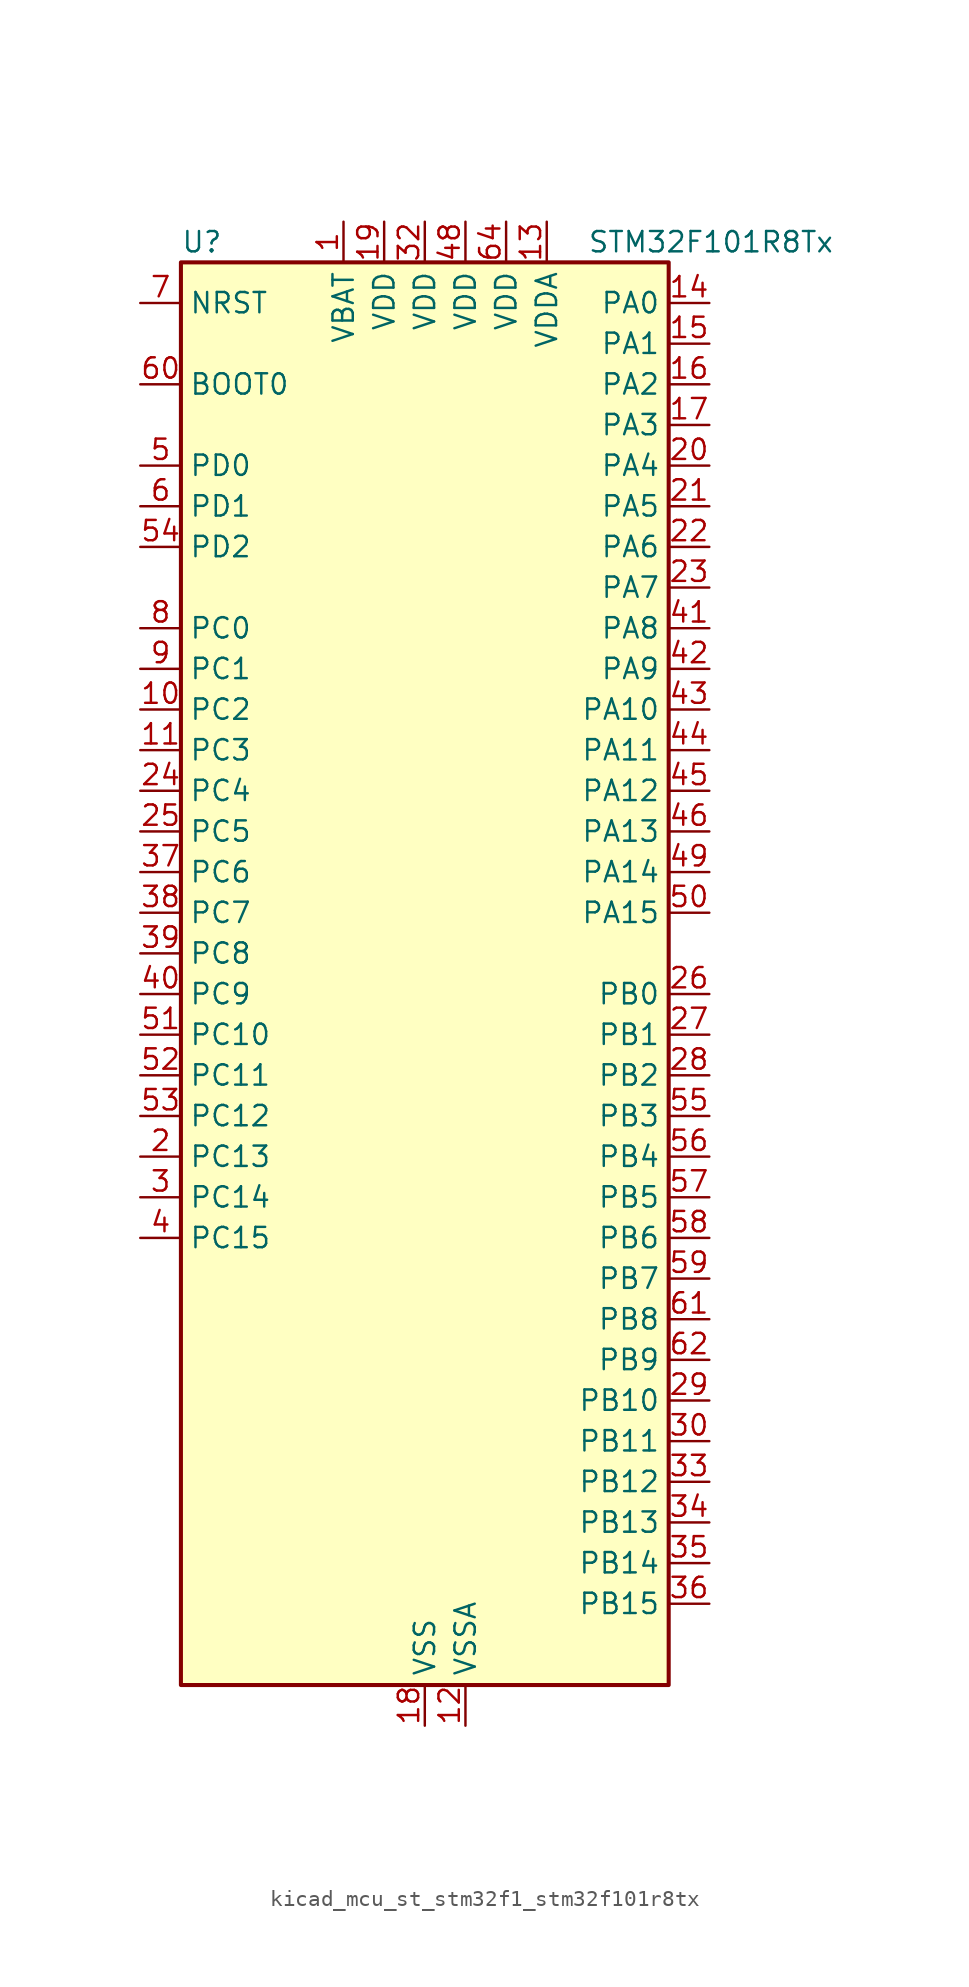
<source format=kicad_sym>
(kicad_symbol_lib
  (version 20220914)
  (generator kicad_symbol_editor)
  (symbol "kicad_mcu_st_stm32f1_stm32f101r8tx"
    (property "Reference" "U"
      (at -15.24 46.99 0)
      (effects (font (size 1.27 1.27)) (justify left)))
    (property "Value" "STM32F101R8Tx"
      (at 10.16 46.99 0)
      (effects (font (size 1.27 1.27)) (justify left)))
    (property "ki_locked" ""
      (at 0 0 0)
      (effects (font (size 1.27 1.27))))
    (symbol "kicad_mcu_st_stm32f1_stm32f101r8tx_0_1"
      (rectangle (start -15.24 -43.18) (end 15.24 45.72) (stroke (width 0.254) (type default)) (fill (type background))))
    (symbol "kicad_mcu_st_stm32f1_stm32f101r8tx_1_1"
      (pin power_in line (at -5.08 48.26 270) (length 2.54) (name "VBAT" (effects (font (size 1.27 1.27)))) (number "1" (effects (font (size 1.27 1.27)))))
      (pin bidirectional line (at -17.78 17.78 0) (length 2.54) (name "PC2" (effects (font (size 1.27 1.27)))) (number "10" (effects (font (size 1.27 1.27)))) (alternate "ADC1_IN12" bidirectional line))
      (pin bidirectional line (at -17.78 15.24 0) (length 2.54) (name "PC3" (effects (font (size 1.27 1.27)))) (number "11" (effects (font (size 1.27 1.27)))) (alternate "ADC1_IN13" bidirectional line))
      (pin power_in line (at 2.54 -45.72 90) (length 2.54) (name "VSSA" (effects (font (size 1.27 1.27)))) (number "12" (effects (font (size 1.27 1.27)))))
      (pin power_in line (at 7.62 48.26 270) (length 2.54) (name "VDDA" (effects (font (size 1.27 1.27)))) (number "13" (effects (font (size 1.27 1.27)))))
      (pin bidirectional line (at 17.78 43.18 180) (length 2.54) (name "PA0" (effects (font (size 1.27 1.27)))) (number "14" (effects (font (size 1.27 1.27)))) (alternate "ADC1_IN0" bidirectional line) (alternate "SYS_WKUP" bidirectional line) (alternate "TIM2_CH1" bidirectional line) (alternate "TIM2_ETR" bidirectional line) (alternate "USART2_CTS" bidirectional line))
      (pin bidirectional line (at 17.78 40.64 180) (length 2.54) (name "PA1" (effects (font (size 1.27 1.27)))) (number "15" (effects (font (size 1.27 1.27)))) (alternate "ADC1_IN1" bidirectional line) (alternate "TIM2_CH2" bidirectional line) (alternate "USART2_RTS" bidirectional line))
      (pin bidirectional line (at 17.78 38.1 180) (length 2.54) (name "PA2" (effects (font (size 1.27 1.27)))) (number "16" (effects (font (size 1.27 1.27)))) (alternate "ADC1_IN2" bidirectional line) (alternate "TIM2_CH3" bidirectional line) (alternate "USART2_TX" bidirectional line))
      (pin bidirectional line (at 17.78 35.56 180) (length 2.54) (name "PA3" (effects (font (size 1.27 1.27)))) (number "17" (effects (font (size 1.27 1.27)))) (alternate "ADC1_IN3" bidirectional line) (alternate "TIM2_CH4" bidirectional line) (alternate "USART2_RX" bidirectional line))
      (pin power_in line (at 0 -45.72 90) (length 2.54) (name "VSS" (effects (font (size 1.27 1.27)))) (number "18" (effects (font (size 1.27 1.27)))))
      (pin power_in line (at -2.54 48.26 270) (length 2.54) (name "VDD" (effects (font (size 1.27 1.27)))) (number "19" (effects (font (size 1.27 1.27)))))
      (pin bidirectional line (at -17.78 -10.16 0) (length 2.54) (name "PC13" (effects (font (size 1.27 1.27)))) (number "2" (effects (font (size 1.27 1.27)))) (alternate "RTC_OUT" bidirectional line) (alternate "RTC_TAMPER" bidirectional line))
      (pin bidirectional line (at 17.78 33.02 180) (length 2.54) (name "PA4" (effects (font (size 1.27 1.27)))) (number "20" (effects (font (size 1.27 1.27)))) (alternate "ADC1_IN4" bidirectional line) (alternate "SPI1_NSS" bidirectional line) (alternate "USART2_CK" bidirectional line))
      (pin bidirectional line (at 17.78 30.48 180) (length 2.54) (name "PA5" (effects (font (size 1.27 1.27)))) (number "21" (effects (font (size 1.27 1.27)))) (alternate "ADC1_IN5" bidirectional line) (alternate "SPI1_SCK" bidirectional line))
      (pin bidirectional line (at 17.78 27.94 180) (length 2.54) (name "PA6" (effects (font (size 1.27 1.27)))) (number "22" (effects (font (size 1.27 1.27)))) (alternate "ADC1_IN6" bidirectional line) (alternate "SPI1_MISO" bidirectional line) (alternate "TIM3_CH1" bidirectional line))
      (pin bidirectional line (at 17.78 25.4 180) (length 2.54) (name "PA7" (effects (font (size 1.27 1.27)))) (number "23" (effects (font (size 1.27 1.27)))) (alternate "ADC1_IN7" bidirectional line) (alternate "SPI1_MOSI" bidirectional line) (alternate "TIM3_CH2" bidirectional line))
      (pin bidirectional line (at -17.78 12.7 0) (length 2.54) (name "PC4" (effects (font (size 1.27 1.27)))) (number "24" (effects (font (size 1.27 1.27)))) (alternate "ADC1_IN14" bidirectional line))
      (pin bidirectional line (at -17.78 10.16 0) (length 2.54) (name "PC5" (effects (font (size 1.27 1.27)))) (number "25" (effects (font (size 1.27 1.27)))) (alternate "ADC1_IN15" bidirectional line))
      (pin bidirectional line (at 17.78 0 180) (length 2.54) (name "PB0" (effects (font (size 1.27 1.27)))) (number "26" (effects (font (size 1.27 1.27)))) (alternate "ADC1_IN8" bidirectional line) (alternate "TIM3_CH3" bidirectional line))
      (pin bidirectional line (at 17.78 -2.54 180) (length 2.54) (name "PB1" (effects (font (size 1.27 1.27)))) (number "27" (effects (font (size 1.27 1.27)))) (alternate "ADC1_IN9" bidirectional line) (alternate "TIM3_CH4" bidirectional line))
      (pin bidirectional line (at 17.78 -5.08 180) (length 2.54) (name "PB2" (effects (font (size 1.27 1.27)))) (number "28" (effects (font (size 1.27 1.27)))))
      (pin bidirectional line (at 17.78 -25.4 180) (length 2.54) (name "PB10" (effects (font (size 1.27 1.27)))) (number "29" (effects (font (size 1.27 1.27)))) (alternate "I2C2_SCL" bidirectional line) (alternate "TIM2_CH3" bidirectional line) (alternate "USART3_TX" bidirectional line))
      (pin bidirectional line (at -17.78 -12.7 0) (length 2.54) (name "PC14" (effects (font (size 1.27 1.27)))) (number "3" (effects (font (size 1.27 1.27)))) (alternate "RCC_OSC32_IN" bidirectional line))
      (pin bidirectional line (at 17.78 -27.94 180) (length 2.54) (name "PB11" (effects (font (size 1.27 1.27)))) (number "30" (effects (font (size 1.27 1.27)))) (alternate "ADC1_EXTI11" bidirectional line) (alternate "I2C2_SDA" bidirectional line) (alternate "TIM2_CH4" bidirectional line) (alternate "USART3_RX" bidirectional line))
      (pin passive line (at 0 -45.72 90) (length 2.54) hide (name "VSS" (effects (font (size 1.27 1.27)))) (number "31" (effects (font (size 1.27 1.27)))))
      (pin power_in line (at 0 48.26 270) (length 2.54) (name "VDD" (effects (font (size 1.27 1.27)))) (number "32" (effects (font (size 1.27 1.27)))))
      (pin bidirectional line (at 17.78 -30.48 180) (length 2.54) (name "PB12" (effects (font (size 1.27 1.27)))) (number "33" (effects (font (size 1.27 1.27)))) (alternate "I2C2_SMBA" bidirectional line) (alternate "SPI2_NSS" bidirectional line) (alternate "USART3_CK" bidirectional line))
      (pin bidirectional line (at 17.78 -33.02 180) (length 2.54) (name "PB13" (effects (font (size 1.27 1.27)))) (number "34" (effects (font (size 1.27 1.27)))) (alternate "SPI2_SCK" bidirectional line) (alternate "USART3_CTS" bidirectional line))
      (pin bidirectional line (at 17.78 -35.56 180) (length 2.54) (name "PB14" (effects (font (size 1.27 1.27)))) (number "35" (effects (font (size 1.27 1.27)))) (alternate "SPI2_MISO" bidirectional line) (alternate "USART3_RTS" bidirectional line))
      (pin bidirectional line (at 17.78 -38.1 180) (length 2.54) (name "PB15" (effects (font (size 1.27 1.27)))) (number "36" (effects (font (size 1.27 1.27)))) (alternate "ADC1_EXTI15" bidirectional line) (alternate "SPI2_MOSI" bidirectional line))
      (pin bidirectional line (at -17.78 7.62 0) (length 2.54) (name "PC6" (effects (font (size 1.27 1.27)))) (number "37" (effects (font (size 1.27 1.27)))) (alternate "TIM3_CH1" bidirectional line))
      (pin bidirectional line (at -17.78 5.08 0) (length 2.54) (name "PC7" (effects (font (size 1.27 1.27)))) (number "38" (effects (font (size 1.27 1.27)))) (alternate "TIM3_CH2" bidirectional line))
      (pin bidirectional line (at -17.78 2.54 0) (length 2.54) (name "PC8" (effects (font (size 1.27 1.27)))) (number "39" (effects (font (size 1.27 1.27)))) (alternate "TIM3_CH3" bidirectional line))
      (pin bidirectional line (at -17.78 -15.24 0) (length 2.54) (name "PC15" (effects (font (size 1.27 1.27)))) (number "4" (effects (font (size 1.27 1.27)))) (alternate "ADC1_EXTI15" bidirectional line) (alternate "RCC_OSC32_OUT" bidirectional line))
      (pin bidirectional line (at -17.78 0 0) (length 2.54) (name "PC9" (effects (font (size 1.27 1.27)))) (number "40" (effects (font (size 1.27 1.27)))) (alternate "TIM3_CH4" bidirectional line))
      (pin bidirectional line (at 17.78 22.86 180) (length 2.54) (name "PA8" (effects (font (size 1.27 1.27)))) (number "41" (effects (font (size 1.27 1.27)))) (alternate "RCC_MCO" bidirectional line) (alternate "USART1_CK" bidirectional line))
      (pin bidirectional line (at 17.78 20.32 180) (length 2.54) (name "PA9" (effects (font (size 1.27 1.27)))) (number "42" (effects (font (size 1.27 1.27)))) (alternate "USART1_TX" bidirectional line))
      (pin bidirectional line (at 17.78 17.78 180) (length 2.54) (name "PA10" (effects (font (size 1.27 1.27)))) (number "43" (effects (font (size 1.27 1.27)))) (alternate "USART1_RX" bidirectional line))
      (pin bidirectional line (at 17.78 15.24 180) (length 2.54) (name "PA11" (effects (font (size 1.27 1.27)))) (number "44" (effects (font (size 1.27 1.27)))) (alternate "ADC1_EXTI11" bidirectional line) (alternate "USART1_CTS" bidirectional line))
      (pin bidirectional line (at 17.78 12.7 180) (length 2.54) (name "PA12" (effects (font (size 1.27 1.27)))) (number "45" (effects (font (size 1.27 1.27)))) (alternate "USART1_RTS" bidirectional line))
      (pin bidirectional line (at 17.78 10.16 180) (length 2.54) (name "PA13" (effects (font (size 1.27 1.27)))) (number "46" (effects (font (size 1.27 1.27)))) (alternate "SYS_JTMS-SWDIO" bidirectional line))
      (pin passive line (at 0 -45.72 90) (length 2.54) hide (name "VSS" (effects (font (size 1.27 1.27)))) (number "47" (effects (font (size 1.27 1.27)))))
      (pin power_in line (at 2.54 48.26 270) (length 2.54) (name "VDD" (effects (font (size 1.27 1.27)))) (number "48" (effects (font (size 1.27 1.27)))))
      (pin bidirectional line (at 17.78 7.62 180) (length 2.54) (name "PA14" (effects (font (size 1.27 1.27)))) (number "49" (effects (font (size 1.27 1.27)))) (alternate "SYS_JTCK-SWCLK" bidirectional line))
      (pin bidirectional line (at -17.78 33.02 0) (length 2.54) (name "PD0" (effects (font (size 1.27 1.27)))) (number "5" (effects (font (size 1.27 1.27)))) (alternate "RCC_OSC_IN" bidirectional line))
      (pin bidirectional line (at 17.78 5.08 180) (length 2.54) (name "PA15" (effects (font (size 1.27 1.27)))) (number "50" (effects (font (size 1.27 1.27)))) (alternate "ADC1_EXTI15" bidirectional line) (alternate "SPI1_NSS" bidirectional line) (alternate "SYS_JTDI" bidirectional line) (alternate "TIM2_CH1" bidirectional line) (alternate "TIM2_ETR" bidirectional line))
      (pin bidirectional line (at -17.78 -2.54 0) (length 2.54) (name "PC10" (effects (font (size 1.27 1.27)))) (number "51" (effects (font (size 1.27 1.27)))) (alternate "USART3_TX" bidirectional line))
      (pin bidirectional line (at -17.78 -5.08 0) (length 2.54) (name "PC11" (effects (font (size 1.27 1.27)))) (number "52" (effects (font (size 1.27 1.27)))) (alternate "ADC1_EXTI11" bidirectional line) (alternate "USART3_RX" bidirectional line))
      (pin bidirectional line (at -17.78 -7.62 0) (length 2.54) (name "PC12" (effects (font (size 1.27 1.27)))) (number "53" (effects (font (size 1.27 1.27)))) (alternate "USART3_CK" bidirectional line))
      (pin bidirectional line (at -17.78 27.94 0) (length 2.54) (name "PD2" (effects (font (size 1.27 1.27)))) (number "54" (effects (font (size 1.27 1.27)))) (alternate "TIM3_ETR" bidirectional line))
      (pin bidirectional line (at 17.78 -7.62 180) (length 2.54) (name "PB3" (effects (font (size 1.27 1.27)))) (number "55" (effects (font (size 1.27 1.27)))) (alternate "SPI1_SCK" bidirectional line) (alternate "SYS_JTDO-TRACESWO" bidirectional line) (alternate "TIM2_CH2" bidirectional line))
      (pin bidirectional line (at 17.78 -10.16 180) (length 2.54) (name "PB4" (effects (font (size 1.27 1.27)))) (number "56" (effects (font (size 1.27 1.27)))) (alternate "SPI1_MISO" bidirectional line) (alternate "SYS_NJTRST" bidirectional line) (alternate "TIM3_CH1" bidirectional line))
      (pin bidirectional line (at 17.78 -12.7 180) (length 2.54) (name "PB5" (effects (font (size 1.27 1.27)))) (number "57" (effects (font (size 1.27 1.27)))) (alternate "I2C1_SMBA" bidirectional line) (alternate "SPI1_MOSI" bidirectional line) (alternate "TIM3_CH2" bidirectional line))
      (pin bidirectional line (at 17.78 -15.24 180) (length 2.54) (name "PB6" (effects (font (size 1.27 1.27)))) (number "58" (effects (font (size 1.27 1.27)))) (alternate "I2C1_SCL" bidirectional line) (alternate "TIM4_CH1" bidirectional line) (alternate "USART1_TX" bidirectional line))
      (pin bidirectional line (at 17.78 -17.78 180) (length 2.54) (name "PB7" (effects (font (size 1.27 1.27)))) (number "59" (effects (font (size 1.27 1.27)))) (alternate "I2C1_SDA" bidirectional line) (alternate "TIM4_CH2" bidirectional line) (alternate "USART1_RX" bidirectional line))
      (pin bidirectional line (at -17.78 30.48 0) (length 2.54) (name "PD1" (effects (font (size 1.27 1.27)))) (number "6" (effects (font (size 1.27 1.27)))) (alternate "RCC_OSC_OUT" bidirectional line))
      (pin input line (at -17.78 38.1 0) (length 2.54) (name "BOOT0" (effects (font (size 1.27 1.27)))) (number "60" (effects (font (size 1.27 1.27)))))
      (pin bidirectional line (at 17.78 -20.32 180) (length 2.54) (name "PB8" (effects (font (size 1.27 1.27)))) (number "61" (effects (font (size 1.27 1.27)))) (alternate "I2C1_SCL" bidirectional line) (alternate "TIM4_CH3" bidirectional line))
      (pin bidirectional line (at 17.78 -22.86 180) (length 2.54) (name "PB9" (effects (font (size 1.27 1.27)))) (number "62" (effects (font (size 1.27 1.27)))) (alternate "I2C1_SDA" bidirectional line) (alternate "TIM4_CH4" bidirectional line))
      (pin passive line (at 0 -45.72 90) (length 2.54) hide (name "VSS" (effects (font (size 1.27 1.27)))) (number "63" (effects (font (size 1.27 1.27)))))
      (pin power_in line (at 5.08 48.26 270) (length 2.54) (name "VDD" (effects (font (size 1.27 1.27)))) (number "64" (effects (font (size 1.27 1.27)))))
      (pin input line (at -17.78 43.18 0) (length 2.54) (name "NRST" (effects (font (size 1.27 1.27)))) (number "7" (effects (font (size 1.27 1.27)))))
      (pin bidirectional line (at -17.78 22.86 0) (length 2.54) (name "PC0" (effects (font (size 1.27 1.27)))) (number "8" (effects (font (size 1.27 1.27)))) (alternate "ADC1_IN10" bidirectional line))
      (pin bidirectional line (at -17.78 20.32 0) (length 2.54) (name "PC1" (effects (font (size 1.27 1.27)))) (number "9" (effects (font (size 1.27 1.27)))) (alternate "ADC1_IN11" bidirectional line)))))
</source>
